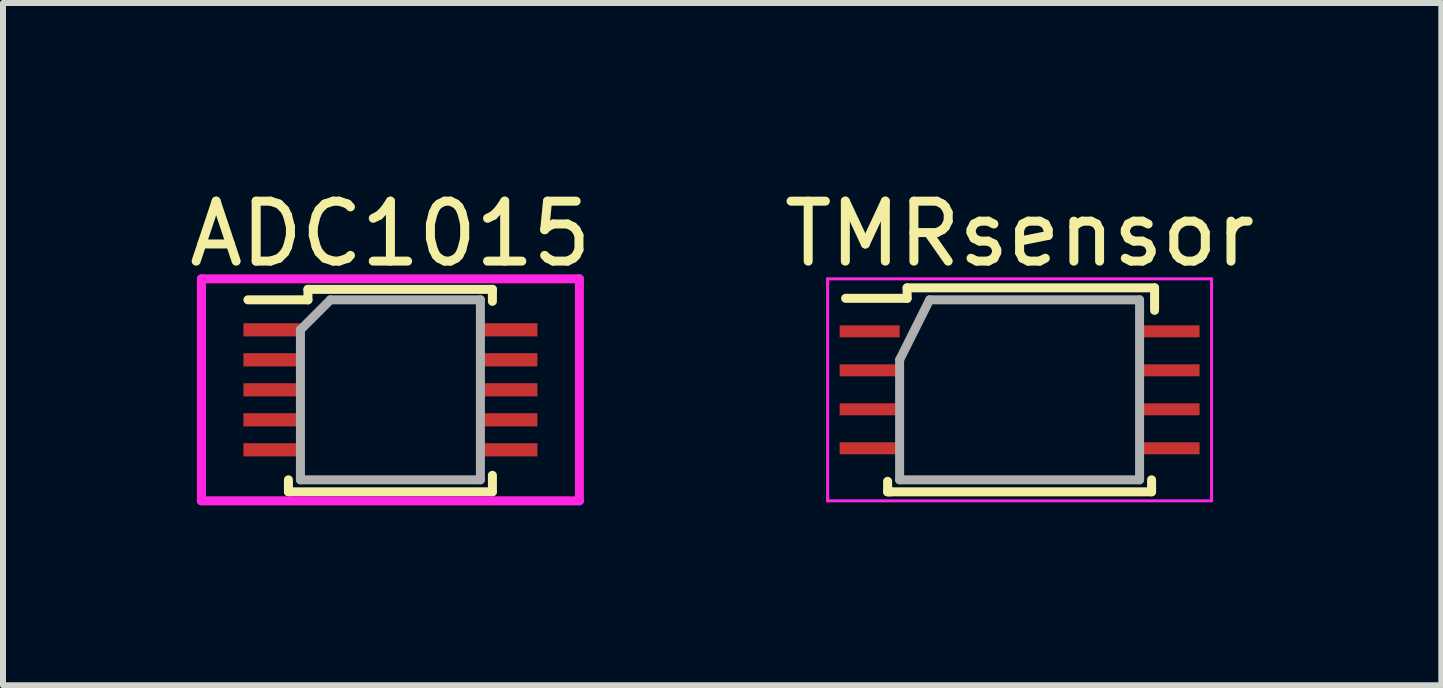
<source format=kicad_pcb>
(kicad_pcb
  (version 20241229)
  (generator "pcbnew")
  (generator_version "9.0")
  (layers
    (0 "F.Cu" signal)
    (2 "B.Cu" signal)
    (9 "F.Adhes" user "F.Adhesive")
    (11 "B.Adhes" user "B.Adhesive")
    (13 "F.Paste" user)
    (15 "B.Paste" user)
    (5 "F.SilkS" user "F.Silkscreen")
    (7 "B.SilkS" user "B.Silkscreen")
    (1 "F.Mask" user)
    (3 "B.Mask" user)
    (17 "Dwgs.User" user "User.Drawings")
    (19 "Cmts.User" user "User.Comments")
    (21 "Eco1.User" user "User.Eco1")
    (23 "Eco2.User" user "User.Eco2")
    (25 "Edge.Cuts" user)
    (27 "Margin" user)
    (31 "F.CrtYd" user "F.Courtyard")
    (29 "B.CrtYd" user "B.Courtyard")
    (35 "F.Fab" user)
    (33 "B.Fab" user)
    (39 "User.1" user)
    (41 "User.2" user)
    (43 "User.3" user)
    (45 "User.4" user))
  (footprint "ADC1015"
    (layer "F.Cu")
    (at 3.458 3.448)
    (property "Reference" "ADC1015" (at 0 -2.6 0) (layer "F.SilkS") (effects (font (size 1 1) (thickness 0.15))))
    (attr smd)
    (fp_line (start -1.7 1.7) (end -1.7 1.5) (stroke (width 0.15) (type solid)) (layer "F.SilkS"))
    (fp_line (start -1.675 1.7) (end -1.7 1.7) (stroke (width 0.15) (type solid)) (layer "F.SilkS"))
    (fp_line (start -1.375 -1.675) (end -1.375 -1.5) (stroke (width 0.15) (type solid)) (layer "F.SilkS"))
    (fp_line (start -1.375 -1.5) (end -2.375 -1.5) (stroke (width 0.15) (type solid)) (layer "F.SilkS"))
    (fp_line (start 1.7 -1.675) (end -1.375 -1.675) (stroke (width 0.15) (type solid)) (layer "F.SilkS"))
    (fp_line (start 1.7 -1.65) (end 1.7 -1.675) (stroke (width 0.15) (type solid)) (layer "F.SilkS"))
    (fp_line (start 1.7 -1.475) (end 1.7 -1.65) (stroke (width 0.15) (type solid)) (layer "F.SilkS"))
    (fp_line (start 1.7 1.425) (end 1.7 1.7) (stroke (width 0.15) (type solid)) (layer "F.SilkS"))
    (fp_line (start 1.7 1.7) (end -1.675 1.7) (stroke (width 0.15) (type solid)) (layer "F.SilkS"))
    (fp_line (start -3.15 -1.85) (end -3.15 1.85) (stroke (width 0.15) (type solid)) (layer "F.CrtYd"))
    (fp_line (start -3.15 -1.85) (end 3.15 -1.85) (stroke (width 0.15) (type solid)) (layer "F.CrtYd"))
    (fp_line (start -3.15 1.85) (end 3.15 1.85) (stroke (width 0.15) (type solid)) (layer "F.CrtYd"))
    (fp_line (start 3.15 -1.85) (end 3.15 1.85) (stroke (width 0.15) (type solid)) (layer "F.CrtYd"))
    (fp_line (start -1.5 -1) (end -1 -1.5) (stroke (width 0.15) (type solid)) (layer "F.Fab"))
    (fp_line (start -1.5 1.5) (end -1.5 -1) (stroke (width 0.15) (type solid)) (layer "F.Fab"))
    (fp_line (start -1 -1.5) (end 1.5 -1.5) (stroke (width 0.15) (type solid)) (layer "F.Fab"))
    (fp_line (start 1.5 -1.5) (end 1.5 1.5) (stroke (width 0.15) (type solid)) (layer "F.Fab"))
    (fp_line (start 1.5 1.5) (end -1.5 1.5) (stroke (width 0.15) (type solid)) (layer "F.Fab"))
    (pad "1" smd rect (at -1.975 -1) (size 0.95 0.22) (layers "F.Cu" "F.Mask" "F.Paste"))
    (pad "2" smd rect (at -1.975 -0.5) (size 0.95 0.22) (layers "F.Cu" "F.Mask" "F.Paste"))
    (pad "3" smd rect (at -1.975 0) (size 0.95 0.22) (layers "F.Cu" "F.Mask" "F.Paste"))
    (pad "4" smd rect (at -1.975 0.5) (size 0.95 0.22) (layers "F.Cu" "F.Mask" "F.Paste"))
    (pad "5" smd rect (at -1.975 1) (size 0.95 0.22) (layers "F.Cu" "F.Mask" "F.Paste"))
    (pad "6" smd rect (at 1.975 1) (size 0.95 0.22) (layers "F.Cu" "F.Mask" "F.Paste"))
    (pad "7" smd rect (at 1.975 0.5) (size 0.95 0.22) (layers "F.Cu" "F.Mask" "F.Paste"))
    (pad "8" smd rect (at 1.975 0) (size 0.95 0.22) (layers "F.Cu" "F.Mask" "F.Paste"))
    (pad "9" smd rect (at 1.975 -0.5) (size 0.95 0.22) (layers "F.Cu" "F.Mask" "F.Paste"))
    (pad "10" smd rect (at 1.975 -1) (size 0.95 0.22) (layers "F.Cu" "F.Mask" "F.Paste")))
  (footprint "TMRsensor"
    (layer "F.Cu")
    (at 13.946 3.448)
    (property "Reference" "TMRsensor" (at 0 -2.6 0) (layer "F.SilkS") (effects (font (size 1 1) (thickness 0.15))))
    (attr smd)
    (fp_line (start -2.2 1.7) (end -2.2 1.525) (stroke (width 0.15) (type solid)) (layer "F.SilkS"))
    (fp_line (start -2.175 1.7) (end -2.2 1.7) (stroke (width 0.15) (type solid)) (layer "F.SilkS"))
    (fp_line (start -2.15 1.7) (end -2.175 1.7) (stroke (width 0.15) (type solid)) (layer "F.SilkS"))
    (fp_line (start -1.875 -1.7) (end -1.875 -1.525) (stroke (width 0.15) (type solid)) (layer "F.SilkS"))
    (fp_line (start -1.875 -1.525) (end -2.9 -1.525) (stroke (width 0.15) (type solid)) (layer "F.SilkS"))
    (fp_line (start 2.2 1.5) (end 2.2 1.65) (stroke (width 0.15) (type solid)) (layer "F.SilkS"))
    (fp_line (start 2.2 1.65) (end 2.2 1.675) (stroke (width 0.15) (type solid)) (layer "F.SilkS"))
    (fp_line (start 2.2 1.675) (end 2.2 1.7) (stroke (width 0.15) (type solid)) (layer "F.SilkS"))
    (fp_line (start 2.2 1.7) (end -2.15 1.7) (stroke (width 0.15) (type solid)) (layer "F.SilkS"))
    (fp_line (start 2.25 -1.7) (end -1.875 -1.7) (stroke (width 0.15) (type solid)) (layer "F.SilkS"))
    (fp_line (start 2.25 -1.325) (end 2.25 -1.7) (stroke (width 0.15) (type solid)) (layer "F.SilkS"))
    (fp_line (start -3.2 -1.85) (end -3.2 1.85) (stroke (width 0.05) (type solid)) (layer "F.CrtYd"))
    (fp_line (start -3.2 -1.85) (end 3.2 -1.85) (stroke (width 0.05) (type solid)) (layer "F.CrtYd"))
    (fp_line (start -3.2 1.85) (end 3.2 1.85) (stroke (width 0.05) (type solid)) (layer "F.CrtYd"))
    (fp_line (start 3.2 -1.85) (end 3.2 1.85) (stroke (width 0.05) (type solid)) (layer "F.CrtYd"))
    (fp_line (start -2 -0.5) (end -1.5 -1.5) (stroke (width 0.15) (type solid)) (layer "F.Fab"))
    (fp_line (start -2 1.5) (end -2 -0.5) (stroke (width 0.15) (type solid)) (layer "F.Fab"))
    (fp_line (start -1.5 -1.5) (end 2 -1.5) (stroke (width 0.15) (type solid)) (layer "F.Fab"))
    (fp_line (start 2 -1.5) (end 2 1.5) (stroke (width 0.15) (type solid)) (layer "F.Fab"))
    (fp_line (start 2 1.5) (end -2 1.5) (stroke (width 0.15) (type solid)) (layer "F.Fab"))
    (pad "1" smd rect (at -2.5 -0.975) (size 1 0.2) (layers "F.Cu" "F.Mask" "F.Paste"))
    (pad "2" smd rect (at -2.5 -0.325) (size 1 0.2) (layers "F.Cu" "F.Mask" "F.Paste"))
    (pad "3" smd rect (at -2.5 0.325) (size 1 0.2) (layers "F.Cu" "F.Mask" "F.Paste"))
    (pad "4" smd rect (at -2.5 0.975) (size 1 0.2) (layers "F.Cu" "F.Mask" "F.Paste"))
    (pad "5" smd rect (at 2.5 0.975) (size 1 0.2) (layers "F.Cu" "F.Mask" "F.Paste"))
    (pad "6" smd rect (at 2.5 0.325) (size 1 0.2) (layers "F.Cu" "F.Mask" "F.Paste"))
    (pad "7" smd rect (at 2.5 -0.325) (size 1 0.2) (layers "F.Cu" "F.Mask" "F.Paste"))
    (pad "8" smd rect (at 2.5 -0.975) (size 1 0.2) (layers "F.Cu" "F.Mask" "F.Paste")))
  (gr_rect
    (start -3 -3)
    (end 20.976 8.373)
    (stroke (width 0.1) (type default))
    (fill no)
    (layer "Edge.Cuts")))
</source>
